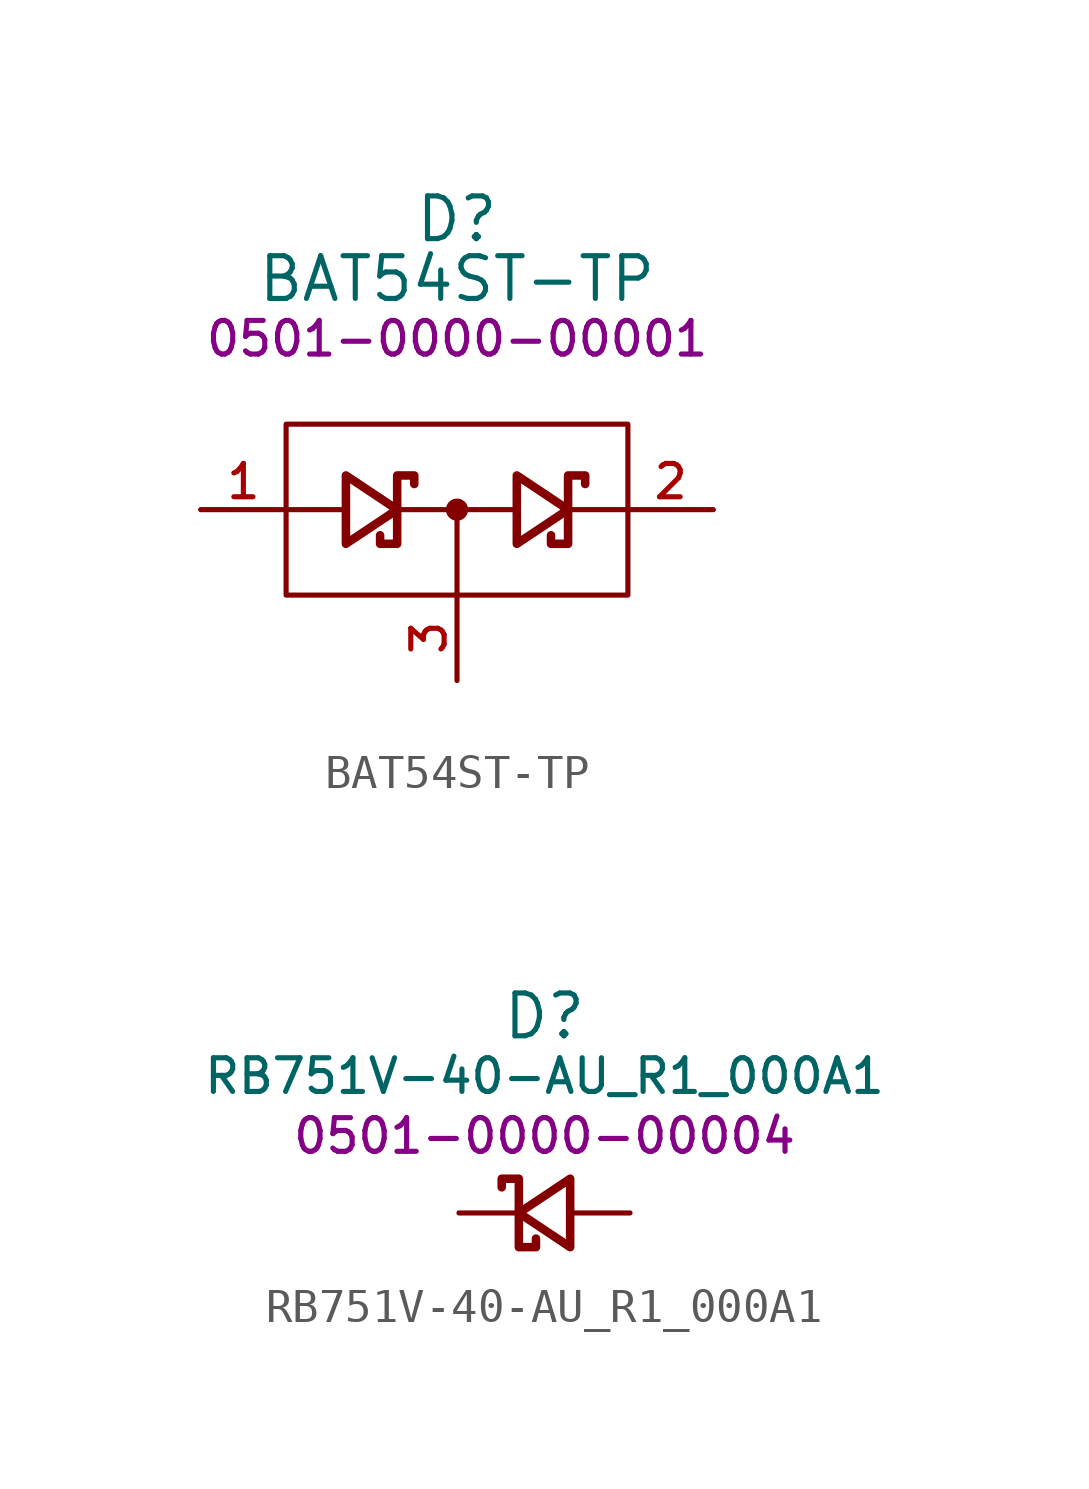
<source format=kicad_sym>
(kicad_symbol_lib
  (version 20231120)
  (generator "kicad_symbol_editor")
  (generator_version "8.0")
  (symbol "BAT54ST-TP"
    (pin_names hide)
    (property "Reference" "D"
      (at 0 8.636 0)
      (effects (font (size 1.27 1.27))))
    (property "Value" "BAT54ST-TP"
      (at 0 6.858 0)
      (effects (font (size 1.27 1.27))))
    (property "PartNumber" "0501-0000-00001"
      (at 0 5.08 0)
      (effects (font (size 1 1))))
    (symbol "BAT54ST-TP_0_1"
      (rectangle (start -5.08 2.54) (end 5.08 -2.54) (stroke (width 0) (type default)) (fill (type none)))
      (polyline (pts (xy -5.08 0) (xy -3.302 0)) (stroke (width 0) (type default)) (fill (type none)))
      (polyline (pts (xy -1.778 0) (xy 1.778 0)) (stroke (width 0) (type default)) (fill (type none)))
      (polyline (pts (xy 0 0) (xy 0 -2.54)) (stroke (width 0) (type default)) (fill (type none)))
      (polyline (pts (xy 3.302 0) (xy 5.08 0)) (stroke (width 0) (type default)) (fill (type none)))
      (polyline (pts (xy -3.302 -1.016) (xy -1.778 0) (xy -3.302 1.016) (xy -3.302 -1.016)) (stroke (width 0.254) (type default)) (fill (type none)))
      (polyline (pts (xy 1.778 -1.016) (xy 3.302 0) (xy 1.778 1.016) (xy 1.778 -1.016)) (stroke (width 0.254) (type default)) (fill (type none)))
      (polyline (pts (xy -1.27 0.762) (xy -1.27 1.016) (xy -1.778 1.016) (xy -1.778 -1.016) (xy -2.286 -1.016) (xy -2.286 -0.762)) (stroke (width 0.254) (type default)) (fill (type none)))
      (polyline (pts (xy 3.81 0.762) (xy 3.81 1.016) (xy 3.302 1.016) (xy 3.302 -1.016) (xy 2.794 -1.016) (xy 2.794 -0.762)) (stroke (width 0.254) (type default)) (fill (type none))))
    (symbol "BAT54ST-TP_1_1"
      (circle (center 0 0) (radius 0.254) (stroke (width 0) (type default)) (fill (type outline)))
      (pin input line (at -7.62 0 0) (length 2.54) (name "A" (effects (font (size 1.27 1.27)))) (number "1" (effects (font (size 0.991 0.991)))))
      (pin input line (at 7.62 0 180) (length 2.54) (name "K2" (effects (font (size 1.27 1.27)))) (number "2" (effects (font (size 0.991 0.991)))))
      (pin input line (at 0 -5.08 90) (length 2.54) (name "K1" (effects (font (size 1.27 1.27)))) (number "3" (effects (font (size 0.991 0.991)))))))
  (symbol "RB751V-40-AU_R1_000A1"
    (pin_numbers hide)
    (pin_names hide)
    (property "Reference" "D"
      (at 0 5.842 0)
      (effects (font (size 1.27 1.27))))
    (property "Value" "RB751V-40-AU_R1_000A1"
      (at 0 4.064 0)
      (effects (font (size 1 1))))
    (property "PartNumber" "0501-0000-00004"
      (at 0 2.286 0)
      (effects (font (size 1 1))))
    (symbol "RB751V-40-AU_R1_000A1_0_1"
      (polyline (pts (xy 0.762 -1.016) (xy -0.762 0) (xy 0.762 1.016) (xy 0.762 -1.016)) (stroke (width 0.254) (type default)) (fill (type none)))
      (polyline (pts (xy -1.27 0.762) (xy -1.27 1.016) (xy -0.762 1.016) (xy -0.762 -1.016) (xy -0.254 -1.016) (xy -0.254 -0.762)) (stroke (width 0.254) (type default)) (fill (type none))))
    (symbol "RB751V-40-AU_R1_000A1_1_1"
      (pin passive line (at -2.54 0 0) (length 1.778) (name "K" (effects (font (size 1.27 1.27)))) (number "1" (effects (font (size 1.27 1.27)))))
      (pin passive line (at 2.54 0 180) (length 1.778) (name "A" (effects (font (size 1.27 1.27)))) (number "2" (effects (font (size 1.27 1.27))))))))
</source>
